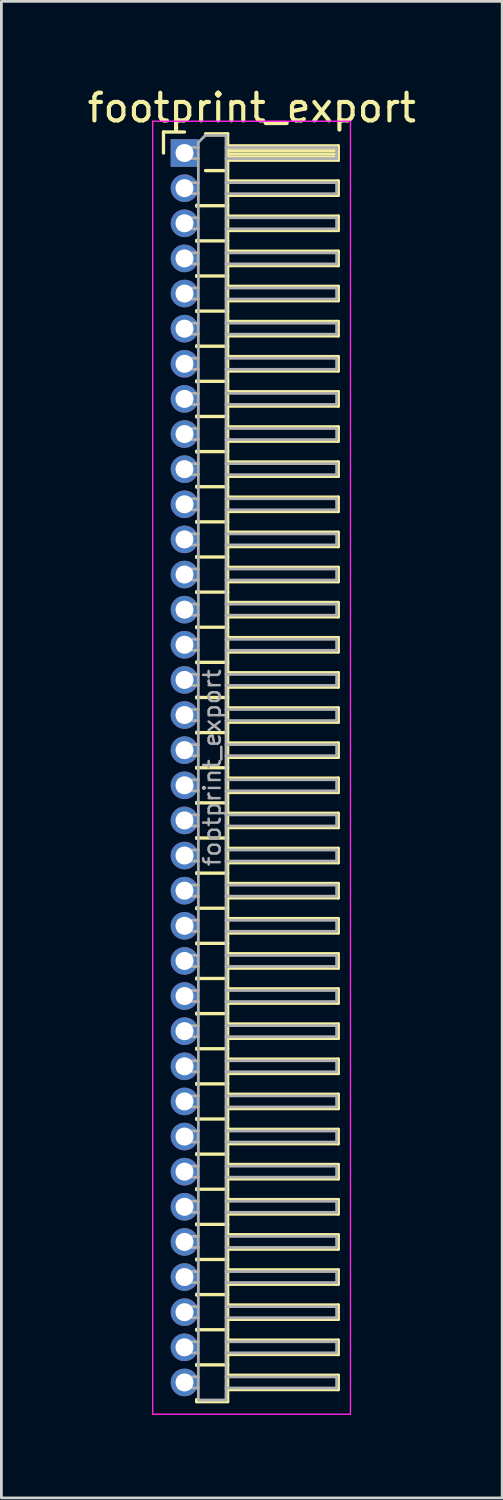
<source format=kicad_pcb>
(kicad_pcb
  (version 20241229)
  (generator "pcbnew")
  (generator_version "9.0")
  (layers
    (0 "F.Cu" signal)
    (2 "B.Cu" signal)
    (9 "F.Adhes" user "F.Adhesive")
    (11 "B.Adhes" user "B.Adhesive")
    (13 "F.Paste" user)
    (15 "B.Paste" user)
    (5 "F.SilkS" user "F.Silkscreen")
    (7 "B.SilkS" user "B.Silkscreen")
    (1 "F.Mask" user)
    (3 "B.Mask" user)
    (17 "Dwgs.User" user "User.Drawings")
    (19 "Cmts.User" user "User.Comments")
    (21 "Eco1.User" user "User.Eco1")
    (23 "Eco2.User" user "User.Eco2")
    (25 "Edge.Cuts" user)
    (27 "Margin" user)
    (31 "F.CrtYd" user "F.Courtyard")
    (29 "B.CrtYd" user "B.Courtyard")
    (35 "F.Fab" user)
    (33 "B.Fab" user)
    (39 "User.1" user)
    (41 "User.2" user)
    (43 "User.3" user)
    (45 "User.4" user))
  (footprint "footprint_export"
    (layer "F.Cu")
    (at 3.621 2.483)
    (property "Reference" "footprint_export" (at 2.433 -1.635 0) (layer "F.SilkS") (effects (font (size 1 1) (thickness 0.15))))
    (attr through_hole)
    (fp_line (start -0.76 -0.76) (end 0 -0.76) (stroke (width 0.12) (type solid)) (layer "F.SilkS"))
    (fp_line (start -0.76 0) (end -0.76 -0.76) (stroke (width 0.12) (type solid)) (layer "F.SilkS"))
    (fp_line (start 0.44 1.89) (end 0.44 1.92) (stroke (width 0.12) (type solid)) (layer "F.SilkS"))
    (fp_line (start 0.44 1.905) (end 1.56 1.905) (stroke (width 0.12) (type solid)) (layer "F.SilkS"))
    (fp_line (start 0.44 3.16) (end 0.44 3.19) (stroke (width 0.12) (type solid)) (layer "F.SilkS"))
    (fp_line (start 0.44 3.175) (end 1.56 3.175) (stroke (width 0.12) (type solid)) (layer "F.SilkS"))
    (fp_line (start 0.44 4.43) (end 0.44 4.46) (stroke (width 0.12) (type solid)) (layer "F.SilkS"))
    (fp_line (start 0.44 4.445) (end 1.56 4.445) (stroke (width 0.12) (type solid)) (layer "F.SilkS"))
    (fp_line (start 0.44 5.7) (end 0.44 5.73) (stroke (width 0.12) (type solid)) (layer "F.SilkS"))
    (fp_line (start 0.44 5.715) (end 1.56 5.715) (stroke (width 0.12) (type solid)) (layer "F.SilkS"))
    (fp_line (start 0.44 6.97) (end 0.44 7) (stroke (width 0.12) (type solid)) (layer "F.SilkS"))
    (fp_line (start 0.44 6.985) (end 1.56 6.985) (stroke (width 0.12) (type solid)) (layer "F.SilkS"))
    (fp_line (start 0.44 8.24) (end 0.44 8.27) (stroke (width 0.12) (type solid)) (layer "F.SilkS"))
    (fp_line (start 0.44 8.255) (end 1.56 8.255) (stroke (width 0.12) (type solid)) (layer "F.SilkS"))
    (fp_line (start 0.44 9.51) (end 0.44 9.54) (stroke (width 0.12) (type solid)) (layer "F.SilkS"))
    (fp_line (start 0.44 9.525) (end 1.56 9.525) (stroke (width 0.12) (type solid)) (layer "F.SilkS"))
    (fp_line (start 0.44 10.78) (end 0.44 10.81) (stroke (width 0.12) (type solid)) (layer "F.SilkS"))
    (fp_line (start 0.44 10.795) (end 1.56 10.795) (stroke (width 0.12) (type solid)) (layer "F.SilkS"))
    (fp_line (start 0.44 12.05) (end 0.44 12.08) (stroke (width 0.12) (type solid)) (layer "F.SilkS"))
    (fp_line (start 0.44 12.065) (end 1.56 12.065) (stroke (width 0.12) (type solid)) (layer "F.SilkS"))
    (fp_line (start 0.44 13.32) (end 0.44 13.35) (stroke (width 0.12) (type solid)) (layer "F.SilkS"))
    (fp_line (start 0.44 13.335) (end 1.56 13.335) (stroke (width 0.12) (type solid)) (layer "F.SilkS"))
    (fp_line (start 0.44 14.59) (end 0.44 14.62) (stroke (width 0.12) (type solid)) (layer "F.SilkS"))
    (fp_line (start 0.44 14.605) (end 1.56 14.605) (stroke (width 0.12) (type solid)) (layer "F.SilkS"))
    (fp_line (start 0.44 15.86) (end 0.44 15.89) (stroke (width 0.12) (type solid)) (layer "F.SilkS"))
    (fp_line (start 0.44 15.875) (end 1.56 15.875) (stroke (width 0.12) (type solid)) (layer "F.SilkS"))
    (fp_line (start 0.44 17.13) (end 0.44 17.16) (stroke (width 0.12) (type solid)) (layer "F.SilkS"))
    (fp_line (start 0.44 17.145) (end 1.56 17.145) (stroke (width 0.12) (type solid)) (layer "F.SilkS"))
    (fp_line (start 0.44 18.4) (end 0.44 18.43) (stroke (width 0.12) (type solid)) (layer "F.SilkS"))
    (fp_line (start 0.44 18.415) (end 1.56 18.415) (stroke (width 0.12) (type solid)) (layer "F.SilkS"))
    (fp_line (start 0.44 19.67) (end 0.44 19.7) (stroke (width 0.12) (type solid)) (layer "F.SilkS"))
    (fp_line (start 0.44 19.685) (end 1.56 19.685) (stroke (width 0.12) (type solid)) (layer "F.SilkS"))
    (fp_line (start 0.44 20.94) (end 0.44 20.97) (stroke (width 0.12) (type solid)) (layer "F.SilkS"))
    (fp_line (start 0.44 20.955) (end 1.56 20.955) (stroke (width 0.12) (type solid)) (layer "F.SilkS"))
    (fp_line (start 0.44 22.21) (end 0.44 22.24) (stroke (width 0.12) (type solid)) (layer "F.SilkS"))
    (fp_line (start 0.44 22.225) (end 1.56 22.225) (stroke (width 0.12) (type solid)) (layer "F.SilkS"))
    (fp_line (start 0.44 23.48) (end 0.44 23.51) (stroke (width 0.12) (type solid)) (layer "F.SilkS"))
    (fp_line (start 0.44 23.495) (end 1.56 23.495) (stroke (width 0.12) (type solid)) (layer "F.SilkS"))
    (fp_line (start 0.44 24.75) (end 0.44 24.78) (stroke (width 0.12) (type solid)) (layer "F.SilkS"))
    (fp_line (start 0.44 24.765) (end 1.56 24.765) (stroke (width 0.12) (type solid)) (layer "F.SilkS"))
    (fp_line (start 0.44 26.02) (end 0.44 26.05) (stroke (width 0.12) (type solid)) (layer "F.SilkS"))
    (fp_line (start 0.44 26.035) (end 1.56 26.035) (stroke (width 0.12) (type solid)) (layer "F.SilkS"))
    (fp_line (start 0.44 27.29) (end 0.44 27.32) (stroke (width 0.12) (type solid)) (layer "F.SilkS"))
    (fp_line (start 0.44 27.305) (end 1.56 27.305) (stroke (width 0.12) (type solid)) (layer "F.SilkS"))
    (fp_line (start 0.44 28.56) (end 0.44 28.59) (stroke (width 0.12) (type solid)) (layer "F.SilkS"))
    (fp_line (start 0.44 28.575) (end 1.56 28.575) (stroke (width 0.12) (type solid)) (layer "F.SilkS"))
    (fp_line (start 0.44 29.83) (end 0.44 29.86) (stroke (width 0.12) (type solid)) (layer "F.SilkS"))
    (fp_line (start 0.44 29.845) (end 1.56 29.845) (stroke (width 0.12) (type solid)) (layer "F.SilkS"))
    (fp_line (start 0.44 31.1) (end 0.44 31.13) (stroke (width 0.12) (type solid)) (layer "F.SilkS"))
    (fp_line (start 0.44 31.115) (end 1.56 31.115) (stroke (width 0.12) (type solid)) (layer "F.SilkS"))
    (fp_line (start 0.44 32.37) (end 0.44 32.4) (stroke (width 0.12) (type solid)) (layer "F.SilkS"))
    (fp_line (start 0.44 32.385) (end 1.56 32.385) (stroke (width 0.12) (type solid)) (layer "F.SilkS"))
    (fp_line (start 0.44 33.64) (end 0.44 33.67) (stroke (width 0.12) (type solid)) (layer "F.SilkS"))
    (fp_line (start 0.44 33.655) (end 1.56 33.655) (stroke (width 0.12) (type solid)) (layer "F.SilkS"))
    (fp_line (start 0.44 34.91) (end 0.44 34.94) (stroke (width 0.12) (type solid)) (layer "F.SilkS"))
    (fp_line (start 0.44 34.925) (end 1.56 34.925) (stroke (width 0.12) (type solid)) (layer "F.SilkS"))
    (fp_line (start 0.44 36.18) (end 0.44 36.21) (stroke (width 0.12) (type solid)) (layer "F.SilkS"))
    (fp_line (start 0.44 36.195) (end 1.56 36.195) (stroke (width 0.12) (type solid)) (layer "F.SilkS"))
    (fp_line (start 0.44 37.45) (end 0.44 37.48) (stroke (width 0.12) (type solid)) (layer "F.SilkS"))
    (fp_line (start 0.44 37.465) (end 1.56 37.465) (stroke (width 0.12) (type solid)) (layer "F.SilkS"))
    (fp_line (start 0.44 38.72) (end 0.44 38.75) (stroke (width 0.12) (type solid)) (layer "F.SilkS"))
    (fp_line (start 0.44 38.735) (end 1.56 38.735) (stroke (width 0.12) (type solid)) (layer "F.SilkS"))
    (fp_line (start 0.44 39.99) (end 0.44 40.02) (stroke (width 0.12) (type solid)) (layer "F.SilkS"))
    (fp_line (start 0.44 40.005) (end 1.56 40.005) (stroke (width 0.12) (type solid)) (layer "F.SilkS"))
    (fp_line (start 0.44 41.26) (end 0.44 41.29) (stroke (width 0.12) (type solid)) (layer "F.SilkS"))
    (fp_line (start 0.44 41.275) (end 1.56 41.275) (stroke (width 0.12) (type solid)) (layer "F.SilkS"))
    (fp_line (start 0.44 42.53) (end 0.44 42.56) (stroke (width 0.12) (type solid)) (layer "F.SilkS"))
    (fp_line (start 0.44 42.545) (end 1.56 42.545) (stroke (width 0.12) (type solid)) (layer "F.SilkS"))
    (fp_line (start 0.44 43.8) (end 0.44 43.83) (stroke (width 0.12) (type solid)) (layer "F.SilkS"))
    (fp_line (start 0.44 43.815) (end 1.56 43.815) (stroke (width 0.12) (type solid)) (layer "F.SilkS"))
    (fp_line (start 0.44 45.145) (end 0.44 45.07) (stroke (width 0.12) (type solid)) (layer "F.SilkS"))
    (fp_line (start 0.76 -0.695) (end 1.56 -0.695) (stroke (width 0.12) (type solid)) (layer "F.SilkS"))
    (fp_line (start 0.76 0.635) (end 1.56 0.635) (stroke (width 0.12) (type solid)) (layer "F.SilkS"))
    (fp_line (start 1.56 -0.695) (end 1.56 45.145) (stroke (width 0.12) (type solid)) (layer "F.SilkS"))
    (fp_line (start 1.56 -0.26) (end 5.56 -0.26) (stroke (width 0.12) (type solid)) (layer "F.SilkS"))
    (fp_line (start 1.56 -0.2) (end 5.56 -0.2) (stroke (width 0.12) (type solid)) (layer "F.SilkS"))
    (fp_line (start 1.56 -0.08) (end 5.56 -0.08) (stroke (width 0.12) (type solid)) (layer "F.SilkS"))
    (fp_line (start 1.56 0.04) (end 5.56 0.04) (stroke (width 0.12) (type solid)) (layer "F.SilkS"))
    (fp_line (start 1.56 0.16) (end 5.56 0.16) (stroke (width 0.12) (type solid)) (layer "F.SilkS"))
    (fp_line (start 1.56 1.01) (end 5.56 1.01) (stroke (width 0.12) (type solid)) (layer "F.SilkS"))
    (fp_line (start 1.56 2.28) (end 5.56 2.28) (stroke (width 0.12) (type solid)) (layer "F.SilkS"))
    (fp_line (start 1.56 3.55) (end 5.56 3.55) (stroke (width 0.12) (type solid)) (layer "F.SilkS"))
    (fp_line (start 1.56 4.82) (end 5.56 4.82) (stroke (width 0.12) (type solid)) (layer "F.SilkS"))
    (fp_line (start 1.56 6.09) (end 5.56 6.09) (stroke (width 0.12) (type solid)) (layer "F.SilkS"))
    (fp_line (start 1.56 7.36) (end 5.56 7.36) (stroke (width 0.12) (type solid)) (layer "F.SilkS"))
    (fp_line (start 1.56 8.63) (end 5.56 8.63) (stroke (width 0.12) (type solid)) (layer "F.SilkS"))
    (fp_line (start 1.56 9.9) (end 5.56 9.9) (stroke (width 0.12) (type solid)) (layer "F.SilkS"))
    (fp_line (start 1.56 11.17) (end 5.56 11.17) (stroke (width 0.12) (type solid)) (layer "F.SilkS"))
    (fp_line (start 1.56 12.44) (end 5.56 12.44) (stroke (width 0.12) (type solid)) (layer "F.SilkS"))
    (fp_line (start 1.56 13.71) (end 5.56 13.71) (stroke (width 0.12) (type solid)) (layer "F.SilkS"))
    (fp_line (start 1.56 14.98) (end 5.56 14.98) (stroke (width 0.12) (type solid)) (layer "F.SilkS"))
    (fp_line (start 1.56 16.25) (end 5.56 16.25) (stroke (width 0.12) (type solid)) (layer "F.SilkS"))
    (fp_line (start 1.56 17.52) (end 5.56 17.52) (stroke (width 0.12) (type solid)) (layer "F.SilkS"))
    (fp_line (start 1.56 18.79) (end 5.56 18.79) (stroke (width 0.12) (type solid)) (layer "F.SilkS"))
    (fp_line (start 1.56 20.06) (end 5.56 20.06) (stroke (width 0.12) (type solid)) (layer "F.SilkS"))
    (fp_line (start 1.56 21.33) (end 5.56 21.33) (stroke (width 0.12) (type solid)) (layer "F.SilkS"))
    (fp_line (start 1.56 22.6) (end 5.56 22.6) (stroke (width 0.12) (type solid)) (layer "F.SilkS"))
    (fp_line (start 1.56 23.87) (end 5.56 23.87) (stroke (width 0.12) (type solid)) (layer "F.SilkS"))
    (fp_line (start 1.56 25.14) (end 5.56 25.14) (stroke (width 0.12) (type solid)) (layer "F.SilkS"))
    (fp_line (start 1.56 26.41) (end 5.56 26.41) (stroke (width 0.12) (type solid)) (layer "F.SilkS"))
    (fp_line (start 1.56 27.68) (end 5.56 27.68) (stroke (width 0.12) (type solid)) (layer "F.SilkS"))
    (fp_line (start 1.56 28.95) (end 5.56 28.95) (stroke (width 0.12) (type solid)) (layer "F.SilkS"))
    (fp_line (start 1.56 30.22) (end 5.56 30.22) (stroke (width 0.12) (type solid)) (layer "F.SilkS"))
    (fp_line (start 1.56 31.49) (end 5.56 31.49) (stroke (width 0.12) (type solid)) (layer "F.SilkS"))
    (fp_line (start 1.56 32.76) (end 5.56 32.76) (stroke (width 0.12) (type solid)) (layer "F.SilkS"))
    (fp_line (start 1.56 34.03) (end 5.56 34.03) (stroke (width 0.12) (type solid)) (layer "F.SilkS"))
    (fp_line (start 1.56 35.3) (end 5.56 35.3) (stroke (width 0.12) (type solid)) (layer "F.SilkS"))
    (fp_line (start 1.56 36.57) (end 5.56 36.57) (stroke (width 0.12) (type solid)) (layer "F.SilkS"))
    (fp_line (start 1.56 37.84) (end 5.56 37.84) (stroke (width 0.12) (type solid)) (layer "F.SilkS"))
    (fp_line (start 1.56 39.11) (end 5.56 39.11) (stroke (width 0.12) (type solid)) (layer "F.SilkS"))
    (fp_line (start 1.56 40.38) (end 5.56 40.38) (stroke (width 0.12) (type solid)) (layer "F.SilkS"))
    (fp_line (start 1.56 41.65) (end 5.56 41.65) (stroke (width 0.12) (type solid)) (layer "F.SilkS"))
    (fp_line (start 1.56 42.92) (end 5.56 42.92) (stroke (width 0.12) (type solid)) (layer "F.SilkS"))
    (fp_line (start 1.56 44.19) (end 5.56 44.19) (stroke (width 0.12) (type solid)) (layer "F.SilkS"))
    (fp_line (start 1.56 45.145) (end 0.44 45.145) (stroke (width 0.12) (type solid)) (layer "F.SilkS"))
    (fp_line (start 5.56 -0.26) (end 5.56 0.26) (stroke (width 0.12) (type solid)) (layer "F.SilkS"))
    (fp_line (start 5.56 0.26) (end 1.56 0.26) (stroke (width 0.12) (type solid)) (layer "F.SilkS"))
    (fp_line (start 5.56 1.01) (end 5.56 1.53) (stroke (width 0.12) (type solid)) (layer "F.SilkS"))
    (fp_line (start 5.56 1.53) (end 1.56 1.53) (stroke (width 0.12) (type solid)) (layer "F.SilkS"))
    (fp_line (start 5.56 2.28) (end 5.56 2.8) (stroke (width 0.12) (type solid)) (layer "F.SilkS"))
    (fp_line (start 5.56 2.8) (end 1.56 2.8) (stroke (width 0.12) (type solid)) (layer "F.SilkS"))
    (fp_line (start 5.56 3.55) (end 5.56 4.07) (stroke (width 0.12) (type solid)) (layer "F.SilkS"))
    (fp_line (start 5.56 4.07) (end 1.56 4.07) (stroke (width 0.12) (type solid)) (layer "F.SilkS"))
    (fp_line (start 5.56 4.82) (end 5.56 5.34) (stroke (width 0.12) (type solid)) (layer "F.SilkS"))
    (fp_line (start 5.56 5.34) (end 1.56 5.34) (stroke (width 0.12) (type solid)) (layer "F.SilkS"))
    (fp_line (start 5.56 6.09) (end 5.56 6.61) (stroke (width 0.12) (type solid)) (layer "F.SilkS"))
    (fp_line (start 5.56 6.61) (end 1.56 6.61) (stroke (width 0.12) (type solid)) (layer "F.SilkS"))
    (fp_line (start 5.56 7.36) (end 5.56 7.88) (stroke (width 0.12) (type solid)) (layer "F.SilkS"))
    (fp_line (start 5.56 7.88) (end 1.56 7.88) (stroke (width 0.12) (type solid)) (layer "F.SilkS"))
    (fp_line (start 5.56 8.63) (end 5.56 9.15) (stroke (width 0.12) (type solid)) (layer "F.SilkS"))
    (fp_line (start 5.56 9.15) (end 1.56 9.15) (stroke (width 0.12) (type solid)) (layer "F.SilkS"))
    (fp_line (start 5.56 9.9) (end 5.56 10.42) (stroke (width 0.12) (type solid)) (layer "F.SilkS"))
    (fp_line (start 5.56 10.42) (end 1.56 10.42) (stroke (width 0.12) (type solid)) (layer "F.SilkS"))
    (fp_line (start 5.56 11.17) (end 5.56 11.69) (stroke (width 0.12) (type solid)) (layer "F.SilkS"))
    (fp_line (start 5.56 11.69) (end 1.56 11.69) (stroke (width 0.12) (type solid)) (layer "F.SilkS"))
    (fp_line (start 5.56 12.44) (end 5.56 12.96) (stroke (width 0.12) (type solid)) (layer "F.SilkS"))
    (fp_line (start 5.56 12.96) (end 1.56 12.96) (stroke (width 0.12) (type solid)) (layer "F.SilkS"))
    (fp_line (start 5.56 13.71) (end 5.56 14.23) (stroke (width 0.12) (type solid)) (layer "F.SilkS"))
    (fp_line (start 5.56 14.23) (end 1.56 14.23) (stroke (width 0.12) (type solid)) (layer "F.SilkS"))
    (fp_line (start 5.56 14.98) (end 5.56 15.5) (stroke (width 0.12) (type solid)) (layer "F.SilkS"))
    (fp_line (start 5.56 15.5) (end 1.56 15.5) (stroke (width 0.12) (type solid)) (layer "F.SilkS"))
    (fp_line (start 5.56 16.25) (end 5.56 16.77) (stroke (width 0.12) (type solid)) (layer "F.SilkS"))
    (fp_line (start 5.56 16.77) (end 1.56 16.77) (stroke (width 0.12) (type solid)) (layer "F.SilkS"))
    (fp_line (start 5.56 17.52) (end 5.56 18.04) (stroke (width 0.12) (type solid)) (layer "F.SilkS"))
    (fp_line (start 5.56 18.04) (end 1.56 18.04) (stroke (width 0.12) (type solid)) (layer "F.SilkS"))
    (fp_line (start 5.56 18.79) (end 5.56 19.31) (stroke (width 0.12) (type solid)) (layer "F.SilkS"))
    (fp_line (start 5.56 19.31) (end 1.56 19.31) (stroke (width 0.12) (type solid)) (layer "F.SilkS"))
    (fp_line (start 5.56 20.06) (end 5.56 20.58) (stroke (width 0.12) (type solid)) (layer "F.SilkS"))
    (fp_line (start 5.56 20.58) (end 1.56 20.58) (stroke (width 0.12) (type solid)) (layer "F.SilkS"))
    (fp_line (start 5.56 21.33) (end 5.56 21.85) (stroke (width 0.12) (type solid)) (layer "F.SilkS"))
    (fp_line (start 5.56 21.85) (end 1.56 21.85) (stroke (width 0.12) (type solid)) (layer "F.SilkS"))
    (fp_line (start 5.56 22.6) (end 5.56 23.12) (stroke (width 0.12) (type solid)) (layer "F.SilkS"))
    (fp_line (start 5.56 23.12) (end 1.56 23.12) (stroke (width 0.12) (type solid)) (layer "F.SilkS"))
    (fp_line (start 5.56 23.87) (end 5.56 24.39) (stroke (width 0.12) (type solid)) (layer "F.SilkS"))
    (fp_line (start 5.56 24.39) (end 1.56 24.39) (stroke (width 0.12) (type solid)) (layer "F.SilkS"))
    (fp_line (start 5.56 25.14) (end 5.56 25.66) (stroke (width 0.12) (type solid)) (layer "F.SilkS"))
    (fp_line (start 5.56 25.66) (end 1.56 25.66) (stroke (width 0.12) (type solid)) (layer "F.SilkS"))
    (fp_line (start 5.56 26.41) (end 5.56 26.93) (stroke (width 0.12) (type solid)) (layer "F.SilkS"))
    (fp_line (start 5.56 26.93) (end 1.56 26.93) (stroke (width 0.12) (type solid)) (layer "F.SilkS"))
    (fp_line (start 5.56 27.68) (end 5.56 28.2) (stroke (width 0.12) (type solid)) (layer "F.SilkS"))
    (fp_line (start 5.56 28.2) (end 1.56 28.2) (stroke (width 0.12) (type solid)) (layer "F.SilkS"))
    (fp_line (start 5.56 28.95) (end 5.56 29.47) (stroke (width 0.12) (type solid)) (layer "F.SilkS"))
    (fp_line (start 5.56 29.47) (end 1.56 29.47) (stroke (width 0.12) (type solid)) (layer "F.SilkS"))
    (fp_line (start 5.56 30.22) (end 5.56 30.74) (stroke (width 0.12) (type solid)) (layer "F.SilkS"))
    (fp_line (start 5.56 30.74) (end 1.56 30.74) (stroke (width 0.12) (type solid)) (layer "F.SilkS"))
    (fp_line (start 5.56 31.49) (end 5.56 32.01) (stroke (width 0.12) (type solid)) (layer "F.SilkS"))
    (fp_line (start 5.56 32.01) (end 1.56 32.01) (stroke (width 0.12) (type solid)) (layer "F.SilkS"))
    (fp_line (start 5.56 32.76) (end 5.56 33.28) (stroke (width 0.12) (type solid)) (layer "F.SilkS"))
    (fp_line (start 5.56 33.28) (end 1.56 33.28) (stroke (width 0.12) (type solid)) (layer "F.SilkS"))
    (fp_line (start 5.56 34.03) (end 5.56 34.55) (stroke (width 0.12) (type solid)) (layer "F.SilkS"))
    (fp_line (start 5.56 34.55) (end 1.56 34.55) (stroke (width 0.12) (type solid)) (layer "F.SilkS"))
    (fp_line (start 5.56 35.3) (end 5.56 35.82) (stroke (width 0.12) (type solid)) (layer "F.SilkS"))
    (fp_line (start 5.56 35.82) (end 1.56 35.82) (stroke (width 0.12) (type solid)) (layer "F.SilkS"))
    (fp_line (start 5.56 36.57) (end 5.56 37.09) (stroke (width 0.12) (type solid)) (layer "F.SilkS"))
    (fp_line (start 5.56 37.09) (end 1.56 37.09) (stroke (width 0.12) (type solid)) (layer "F.SilkS"))
    (fp_line (start 5.56 37.84) (end 5.56 38.36) (stroke (width 0.12) (type solid)) (layer "F.SilkS"))
    (fp_line (start 5.56 38.36) (end 1.56 38.36) (stroke (width 0.12) (type solid)) (layer "F.SilkS"))
    (fp_line (start 5.56 39.11) (end 5.56 39.63) (stroke (width 0.12) (type solid)) (layer "F.SilkS"))
    (fp_line (start 5.56 39.63) (end 1.56 39.63) (stroke (width 0.12) (type solid)) (layer "F.SilkS"))
    (fp_line (start 5.56 40.38) (end 5.56 40.9) (stroke (width 0.12) (type solid)) (layer "F.SilkS"))
    (fp_line (start 5.56 40.9) (end 1.56 40.9) (stroke (width 0.12) (type solid)) (layer "F.SilkS"))
    (fp_line (start 5.56 41.65) (end 5.56 42.17) (stroke (width 0.12) (type solid)) (layer "F.SilkS"))
    (fp_line (start 5.56 42.17) (end 1.56 42.17) (stroke (width 0.12) (type solid)) (layer "F.SilkS"))
    (fp_line (start 5.56 42.92) (end 5.56 43.44) (stroke (width 0.12) (type solid)) (layer "F.SilkS"))
    (fp_line (start 5.56 43.44) (end 1.56 43.44) (stroke (width 0.12) (type solid)) (layer "F.SilkS"))
    (fp_line (start 5.56 44.19) (end 5.56 44.71) (stroke (width 0.12) (type solid)) (layer "F.SilkS"))
    (fp_line (start 5.56 44.71) (end 1.56 44.71) (stroke (width 0.12) (type solid)) (layer "F.SilkS"))
    (fp_line (start -1.15 -1.15) (end -1.15 45.6) (stroke (width 0.05) (type solid)) (layer "F.CrtYd"))
    (fp_line (start -1.15 45.6) (end 6 45.6) (stroke (width 0.05) (type solid)) (layer "F.CrtYd"))
    (fp_line (start 6 -1.15) (end -1.15 -1.15) (stroke (width 0.05) (type solid)) (layer "F.CrtYd"))
    (fp_line (start 6 45.6) (end 6 -1.15) (stroke (width 0.05) (type solid)) (layer "F.CrtYd"))
    (fp_line (start -0.2 -0.2) (end -0.2 0.2) (stroke (width 0.1) (type solid)) (layer "F.Fab"))
    (fp_line (start -0.2 -0.2) (end 0.5 -0.2) (stroke (width 0.1) (type solid)) (layer "F.Fab"))
    (fp_line (start -0.2 0.2) (end 0.5 0.2) (stroke (width 0.1) (type solid)) (layer "F.Fab"))
    (fp_line (start -0.2 1.07) (end -0.2 1.47) (stroke (width 0.1) (type solid)) (layer "F.Fab"))
    (fp_line (start -0.2 1.07) (end 0.5 1.07) (stroke (width 0.1) (type solid)) (layer "F.Fab"))
    (fp_line (start -0.2 1.47) (end 0.5 1.47) (stroke (width 0.1) (type solid)) (layer "F.Fab"))
    (fp_line (start -0.2 2.34) (end -0.2 2.74) (stroke (width 0.1) (type solid)) (layer "F.Fab"))
    (fp_line (start -0.2 2.34) (end 0.5 2.34) (stroke (width 0.1) (type solid)) (layer "F.Fab"))
    (fp_line (start -0.2 2.74) (end 0.5 2.74) (stroke (width 0.1) (type solid)) (layer "F.Fab"))
    (fp_line (start -0.2 3.61) (end -0.2 4.01) (stroke (width 0.1) (type solid)) (layer "F.Fab"))
    (fp_line (start -0.2 3.61) (end 0.5 3.61) (stroke (width 0.1) (type solid)) (layer "F.Fab"))
    (fp_line (start -0.2 4.01) (end 0.5 4.01) (stroke (width 0.1) (type solid)) (layer "F.Fab"))
    (fp_line (start -0.2 4.88) (end -0.2 5.28) (stroke (width 0.1) (type solid)) (layer "F.Fab"))
    (fp_line (start -0.2 4.88) (end 0.5 4.88) (stroke (width 0.1) (type solid)) (layer "F.Fab"))
    (fp_line (start -0.2 5.28) (end 0.5 5.28) (stroke (width 0.1) (type solid)) (layer "F.Fab"))
    (fp_line (start -0.2 6.15) (end -0.2 6.55) (stroke (width 0.1) (type solid)) (layer "F.Fab"))
    (fp_line (start -0.2 6.15) (end 0.5 6.15) (stroke (width 0.1) (type solid)) (layer "F.Fab"))
    (fp_line (start -0.2 6.55) (end 0.5 6.55) (stroke (width 0.1) (type solid)) (layer "F.Fab"))
    (fp_line (start -0.2 7.42) (end -0.2 7.82) (stroke (width 0.1) (type solid)) (layer "F.Fab"))
    (fp_line (start -0.2 7.42) (end 0.5 7.42) (stroke (width 0.1) (type solid)) (layer "F.Fab"))
    (fp_line (start -0.2 7.82) (end 0.5 7.82) (stroke (width 0.1) (type solid)) (layer "F.Fab"))
    (fp_line (start -0.2 8.69) (end -0.2 9.09) (stroke (width 0.1) (type solid)) (layer "F.Fab"))
    (fp_line (start -0.2 8.69) (end 0.5 8.69) (stroke (width 0.1) (type solid)) (layer "F.Fab"))
    (fp_line (start -0.2 9.09) (end 0.5 9.09) (stroke (width 0.1) (type solid)) (layer "F.Fab"))
    (fp_line (start -0.2 9.96) (end -0.2 10.36) (stroke (width 0.1) (type solid)) (layer "F.Fab"))
    (fp_line (start -0.2 9.96) (end 0.5 9.96) (stroke (width 0.1) (type solid)) (layer "F.Fab"))
    (fp_line (start -0.2 10.36) (end 0.5 10.36) (stroke (width 0.1) (type solid)) (layer "F.Fab"))
    (fp_line (start -0.2 11.23) (end -0.2 11.63) (stroke (width 0.1) (type solid)) (layer "F.Fab"))
    (fp_line (start -0.2 11.23) (end 0.5 11.23) (stroke (width 0.1) (type solid)) (layer "F.Fab"))
    (fp_line (start -0.2 11.63) (end 0.5 11.63) (stroke (width 0.1) (type solid)) (layer "F.Fab"))
    (fp_line (start -0.2 12.5) (end -0.2 12.9) (stroke (width 0.1) (type solid)) (layer "F.Fab"))
    (fp_line (start -0.2 12.5) (end 0.5 12.5) (stroke (width 0.1) (type solid)) (layer "F.Fab"))
    (fp_line (start -0.2 12.9) (end 0.5 12.9) (stroke (width 0.1) (type solid)) (layer "F.Fab"))
    (fp_line (start -0.2 13.77) (end -0.2 14.17) (stroke (width 0.1) (type solid)) (layer "F.Fab"))
    (fp_line (start -0.2 13.77) (end 0.5 13.77) (stroke (width 0.1) (type solid)) (layer "F.Fab"))
    (fp_line (start -0.2 14.17) (end 0.5 14.17) (stroke (width 0.1) (type solid)) (layer "F.Fab"))
    (fp_line (start -0.2 15.04) (end -0.2 15.44) (stroke (width 0.1) (type solid)) (layer "F.Fab"))
    (fp_line (start -0.2 15.04) (end 0.5 15.04) (stroke (width 0.1) (type solid)) (layer "F.Fab"))
    (fp_line (start -0.2 15.44) (end 0.5 15.44) (stroke (width 0.1) (type solid)) (layer "F.Fab"))
    (fp_line (start -0.2 16.31) (end -0.2 16.71) (stroke (width 0.1) (type solid)) (layer "F.Fab"))
    (fp_line (start -0.2 16.31) (end 0.5 16.31) (stroke (width 0.1) (type solid)) (layer "F.Fab"))
    (fp_line (start -0.2 16.71) (end 0.5 16.71) (stroke (width 0.1) (type solid)) (layer "F.Fab"))
    (fp_line (start -0.2 17.58) (end -0.2 17.98) (stroke (width 0.1) (type solid)) (layer "F.Fab"))
    (fp_line (start -0.2 17.58) (end 0.5 17.58) (stroke (width 0.1) (type solid)) (layer "F.Fab"))
    (fp_line (start -0.2 17.98) (end 0.5 17.98) (stroke (width 0.1) (type solid)) (layer "F.Fab"))
    (fp_line (start -0.2 18.85) (end -0.2 19.25) (stroke (width 0.1) (type solid)) (layer "F.Fab"))
    (fp_line (start -0.2 18.85) (end 0.5 18.85) (stroke (width 0.1) (type solid)) (layer "F.Fab"))
    (fp_line (start -0.2 19.25) (end 0.5 19.25) (stroke (width 0.1) (type solid)) (layer "F.Fab"))
    (fp_line (start -0.2 20.12) (end -0.2 20.52) (stroke (width 0.1) (type solid)) (layer "F.Fab"))
    (fp_line (start -0.2 20.12) (end 0.5 20.12) (stroke (width 0.1) (type solid)) (layer "F.Fab"))
    (fp_line (start -0.2 20.52) (end 0.5 20.52) (stroke (width 0.1) (type solid)) (layer "F.Fab"))
    (fp_line (start -0.2 21.39) (end -0.2 21.79) (stroke (width 0.1) (type solid)) (layer "F.Fab"))
    (fp_line (start -0.2 21.39) (end 0.5 21.39) (stroke (width 0.1) (type solid)) (layer "F.Fab"))
    (fp_line (start -0.2 21.79) (end 0.5 21.79) (stroke (width 0.1) (type solid)) (layer "F.Fab"))
    (fp_line (start -0.2 22.66) (end -0.2 23.06) (stroke (width 0.1) (type solid)) (layer "F.Fab"))
    (fp_line (start -0.2 22.66) (end 0.5 22.66) (stroke (width 0.1) (type solid)) (layer "F.Fab"))
    (fp_line (start -0.2 23.06) (end 0.5 23.06) (stroke (width 0.1) (type solid)) (layer "F.Fab"))
    (fp_line (start -0.2 23.93) (end -0.2 24.33) (stroke (width 0.1) (type solid)) (layer "F.Fab"))
    (fp_line (start -0.2 23.93) (end 0.5 23.93) (stroke (width 0.1) (type solid)) (layer "F.Fab"))
    (fp_line (start -0.2 24.33) (end 0.5 24.33) (stroke (width 0.1) (type solid)) (layer "F.Fab"))
    (fp_line (start -0.2 25.2) (end -0.2 25.6) (stroke (width 0.1) (type solid)) (layer "F.Fab"))
    (fp_line (start -0.2 25.2) (end 0.5 25.2) (stroke (width 0.1) (type solid)) (layer "F.Fab"))
    (fp_line (start -0.2 25.6) (end 0.5 25.6) (stroke (width 0.1) (type solid)) (layer "F.Fab"))
    (fp_line (start -0.2 26.47) (end -0.2 26.87) (stroke (width 0.1) (type solid)) (layer "F.Fab"))
    (fp_line (start -0.2 26.47) (end 0.5 26.47) (stroke (width 0.1) (type solid)) (layer "F.Fab"))
    (fp_line (start -0.2 26.87) (end 0.5 26.87) (stroke (width 0.1) (type solid)) (layer "F.Fab"))
    (fp_line (start -0.2 27.74) (end -0.2 28.14) (stroke (width 0.1) (type solid)) (layer "F.Fab"))
    (fp_line (start -0.2 27.74) (end 0.5 27.74) (stroke (width 0.1) (type solid)) (layer "F.Fab"))
    (fp_line (start -0.2 28.14) (end 0.5 28.14) (stroke (width 0.1) (type solid)) (layer "F.Fab"))
    (fp_line (start -0.2 29.01) (end -0.2 29.41) (stroke (width 0.1) (type solid)) (layer "F.Fab"))
    (fp_line (start -0.2 29.01) (end 0.5 29.01) (stroke (width 0.1) (type solid)) (layer "F.Fab"))
    (fp_line (start -0.2 29.41) (end 0.5 29.41) (stroke (width 0.1) (type solid)) (layer "F.Fab"))
    (fp_line (start -0.2 30.28) (end -0.2 30.68) (stroke (width 0.1) (type solid)) (layer "F.Fab"))
    (fp_line (start -0.2 30.28) (end 0.5 30.28) (stroke (width 0.1) (type solid)) (layer "F.Fab"))
    (fp_line (start -0.2 30.68) (end 0.5 30.68) (stroke (width 0.1) (type solid)) (layer "F.Fab"))
    (fp_line (start -0.2 31.55) (end -0.2 31.95) (stroke (width 0.1) (type solid)) (layer "F.Fab"))
    (fp_line (start -0.2 31.55) (end 0.5 31.55) (stroke (width 0.1) (type solid)) (layer "F.Fab"))
    (fp_line (start -0.2 31.95) (end 0.5 31.95) (stroke (width 0.1) (type solid)) (layer "F.Fab"))
    (fp_line (start -0.2 32.82) (end -0.2 33.22) (stroke (width 0.1) (type solid)) (layer "F.Fab"))
    (fp_line (start -0.2 32.82) (end 0.5 32.82) (stroke (width 0.1) (type solid)) (layer "F.Fab"))
    (fp_line (start -0.2 33.22) (end 0.5 33.22) (stroke (width 0.1) (type solid)) (layer "F.Fab"))
    (fp_line (start -0.2 34.09) (end -0.2 34.49) (stroke (width 0.1) (type solid)) (layer "F.Fab"))
    (fp_line (start -0.2 34.09) (end 0.5 34.09) (stroke (width 0.1) (type solid)) (layer "F.Fab"))
    (fp_line (start -0.2 34.49) (end 0.5 34.49) (stroke (width 0.1) (type solid)) (layer "F.Fab"))
    (fp_line (start -0.2 35.36) (end -0.2 35.76) (stroke (width 0.1) (type solid)) (layer "F.Fab"))
    (fp_line (start -0.2 35.36) (end 0.5 35.36) (stroke (width 0.1) (type solid)) (layer "F.Fab"))
    (fp_line (start -0.2 35.76) (end 0.5 35.76) (stroke (width 0.1) (type solid)) (layer "F.Fab"))
    (fp_line (start -0.2 36.63) (end -0.2 37.03) (stroke (width 0.1) (type solid)) (layer "F.Fab"))
    (fp_line (start -0.2 36.63) (end 0.5 36.63) (stroke (width 0.1) (type solid)) (layer "F.Fab"))
    (fp_line (start -0.2 37.03) (end 0.5 37.03) (stroke (width 0.1) (type solid)) (layer "F.Fab"))
    (fp_line (start -0.2 37.9) (end -0.2 38.3) (stroke (width 0.1) (type solid)) (layer "F.Fab"))
    (fp_line (start -0.2 37.9) (end 0.5 37.9) (stroke (width 0.1) (type solid)) (layer "F.Fab"))
    (fp_line (start -0.2 38.3) (end 0.5 38.3) (stroke (width 0.1) (type solid)) (layer "F.Fab"))
    (fp_line (start -0.2 39.17) (end -0.2 39.57) (stroke (width 0.1) (type solid)) (layer "F.Fab"))
    (fp_line (start -0.2 39.17) (end 0.5 39.17) (stroke (width 0.1) (type solid)) (layer "F.Fab"))
    (fp_line (start -0.2 39.57) (end 0.5 39.57) (stroke (width 0.1) (type solid)) (layer "F.Fab"))
    (fp_line (start -0.2 40.44) (end -0.2 40.84) (stroke (width 0.1) (type solid)) (layer "F.Fab"))
    (fp_line (start -0.2 40.44) (end 0.5 40.44) (stroke (width 0.1) (type solid)) (layer "F.Fab"))
    (fp_line (start -0.2 40.84) (end 0.5 40.84) (stroke (width 0.1) (type solid)) (layer "F.Fab"))
    (fp_line (start -0.2 41.71) (end -0.2 42.11) (stroke (width 0.1) (type solid)) (layer "F.Fab"))
    (fp_line (start -0.2 41.71) (end 0.5 41.71) (stroke (width 0.1) (type solid)) (layer "F.Fab"))
    (fp_line (start -0.2 42.11) (end 0.5 42.11) (stroke (width 0.1) (type solid)) (layer "F.Fab"))
    (fp_line (start -0.2 42.98) (end -0.2 43.38) (stroke (width 0.1) (type solid)) (layer "F.Fab"))
    (fp_line (start -0.2 42.98) (end 0.5 42.98) (stroke (width 0.1) (type solid)) (layer "F.Fab"))
    (fp_line (start -0.2 43.38) (end 0.5 43.38) (stroke (width 0.1) (type solid)) (layer "F.Fab"))
    (fp_line (start -0.2 44.25) (end -0.2 44.65) (stroke (width 0.1) (type solid)) (layer "F.Fab"))
    (fp_line (start -0.2 44.25) (end 0.5 44.25) (stroke (width 0.1) (type solid)) (layer "F.Fab"))
    (fp_line (start -0.2 44.65) (end 0.5 44.65) (stroke (width 0.1) (type solid)) (layer "F.Fab"))
    (fp_line (start 0.5 -0.385) (end 0.75 -0.635) (stroke (width 0.1) (type solid)) (layer "F.Fab"))
    (fp_line (start 0.5 45.085) (end 0.5 -0.385) (stroke (width 0.1) (type solid)) (layer "F.Fab"))
    (fp_line (start 0.75 -0.635) (end 1.5 -0.635) (stroke (width 0.1) (type solid)) (layer "F.Fab"))
    (fp_line (start 1.5 -0.635) (end 1.5 45.085) (stroke (width 0.1) (type solid)) (layer "F.Fab"))
    (fp_line (start 1.5 -0.2) (end 5.5 -0.2) (stroke (width 0.1) (type solid)) (layer "F.Fab"))
    (fp_line (start 1.5 0.2) (end 5.5 0.2) (stroke (width 0.1) (type solid)) (layer "F.Fab"))
    (fp_line (start 1.5 1.07) (end 5.5 1.07) (stroke (width 0.1) (type solid)) (layer "F.Fab"))
    (fp_line (start 1.5 1.47) (end 5.5 1.47) (stroke (width 0.1) (type solid)) (layer "F.Fab"))
    (fp_line (start 1.5 2.34) (end 5.5 2.34) (stroke (width 0.1) (type solid)) (layer "F.Fab"))
    (fp_line (start 1.5 2.74) (end 5.5 2.74) (stroke (width 0.1) (type solid)) (layer "F.Fab"))
    (fp_line (start 1.5 3.61) (end 5.5 3.61) (stroke (width 0.1) (type solid)) (layer "F.Fab"))
    (fp_line (start 1.5 4.01) (end 5.5 4.01) (stroke (width 0.1) (type solid)) (layer "F.Fab"))
    (fp_line (start 1.5 4.88) (end 5.5 4.88) (stroke (width 0.1) (type solid)) (layer "F.Fab"))
    (fp_line (start 1.5 5.28) (end 5.5 5.28) (stroke (width 0.1) (type solid)) (layer "F.Fab"))
    (fp_line (start 1.5 6.15) (end 5.5 6.15) (stroke (width 0.1) (type solid)) (layer "F.Fab"))
    (fp_line (start 1.5 6.55) (end 5.5 6.55) (stroke (width 0.1) (type solid)) (layer "F.Fab"))
    (fp_line (start 1.5 7.42) (end 5.5 7.42) (stroke (width 0.1) (type solid)) (layer "F.Fab"))
    (fp_line (start 1.5 7.82) (end 5.5 7.82) (stroke (width 0.1) (type solid)) (layer "F.Fab"))
    (fp_line (start 1.5 8.69) (end 5.5 8.69) (stroke (width 0.1) (type solid)) (layer "F.Fab"))
    (fp_line (start 1.5 9.09) (end 5.5 9.09) (stroke (width 0.1) (type solid)) (layer "F.Fab"))
    (fp_line (start 1.5 9.96) (end 5.5 9.96) (stroke (width 0.1) (type solid)) (layer "F.Fab"))
    (fp_line (start 1.5 10.36) (end 5.5 10.36) (stroke (width 0.1) (type solid)) (layer "F.Fab"))
    (fp_line (start 1.5 11.23) (end 5.5 11.23) (stroke (width 0.1) (type solid)) (layer "F.Fab"))
    (fp_line (start 1.5 11.63) (end 5.5 11.63) (stroke (width 0.1) (type solid)) (layer "F.Fab"))
    (fp_line (start 1.5 12.5) (end 5.5 12.5) (stroke (width 0.1) (type solid)) (layer "F.Fab"))
    (fp_line (start 1.5 12.9) (end 5.5 12.9) (stroke (width 0.1) (type solid)) (layer "F.Fab"))
    (fp_line (start 1.5 13.77) (end 5.5 13.77) (stroke (width 0.1) (type solid)) (layer "F.Fab"))
    (fp_line (start 1.5 14.17) (end 5.5 14.17) (stroke (width 0.1) (type solid)) (layer "F.Fab"))
    (fp_line (start 1.5 15.04) (end 5.5 15.04) (stroke (width 0.1) (type solid)) (layer "F.Fab"))
    (fp_line (start 1.5 15.44) (end 5.5 15.44) (stroke (width 0.1) (type solid)) (layer "F.Fab"))
    (fp_line (start 1.5 16.31) (end 5.5 16.31) (stroke (width 0.1) (type solid)) (layer "F.Fab"))
    (fp_line (start 1.5 16.71) (end 5.5 16.71) (stroke (width 0.1) (type solid)) (layer "F.Fab"))
    (fp_line (start 1.5 17.58) (end 5.5 17.58) (stroke (width 0.1) (type solid)) (layer "F.Fab"))
    (fp_line (start 1.5 17.98) (end 5.5 17.98) (stroke (width 0.1) (type solid)) (layer "F.Fab"))
    (fp_line (start 1.5 18.85) (end 5.5 18.85) (stroke (width 0.1) (type solid)) (layer "F.Fab"))
    (fp_line (start 1.5 19.25) (end 5.5 19.25) (stroke (width 0.1) (type solid)) (layer "F.Fab"))
    (fp_line (start 1.5 20.12) (end 5.5 20.12) (stroke (width 0.1) (type solid)) (layer "F.Fab"))
    (fp_line (start 1.5 20.52) (end 5.5 20.52) (stroke (width 0.1) (type solid)) (layer "F.Fab"))
    (fp_line (start 1.5 21.39) (end 5.5 21.39) (stroke (width 0.1) (type solid)) (layer "F.Fab"))
    (fp_line (start 1.5 21.79) (end 5.5 21.79) (stroke (width 0.1) (type solid)) (layer "F.Fab"))
    (fp_line (start 1.5 22.66) (end 5.5 22.66) (stroke (width 0.1) (type solid)) (layer "F.Fab"))
    (fp_line (start 1.5 23.06) (end 5.5 23.06) (stroke (width 0.1) (type solid)) (layer "F.Fab"))
    (fp_line (start 1.5 23.93) (end 5.5 23.93) (stroke (width 0.1) (type solid)) (layer "F.Fab"))
    (fp_line (start 1.5 24.33) (end 5.5 24.33) (stroke (width 0.1) (type solid)) (layer "F.Fab"))
    (fp_line (start 1.5 25.2) (end 5.5 25.2) (stroke (width 0.1) (type solid)) (layer "F.Fab"))
    (fp_line (start 1.5 25.6) (end 5.5 25.6) (stroke (width 0.1) (type solid)) (layer "F.Fab"))
    (fp_line (start 1.5 26.47) (end 5.5 26.47) (stroke (width 0.1) (type solid)) (layer "F.Fab"))
    (fp_line (start 1.5 26.87) (end 5.5 26.87) (stroke (width 0.1) (type solid)) (layer "F.Fab"))
    (fp_line (start 1.5 27.74) (end 5.5 27.74) (stroke (width 0.1) (type solid)) (layer "F.Fab"))
    (fp_line (start 1.5 28.14) (end 5.5 28.14) (stroke (width 0.1) (type solid)) (layer "F.Fab"))
    (fp_line (start 1.5 29.01) (end 5.5 29.01) (stroke (width 0.1) (type solid)) (layer "F.Fab"))
    (fp_line (start 1.5 29.41) (end 5.5 29.41) (stroke (width 0.1) (type solid)) (layer "F.Fab"))
    (fp_line (start 1.5 30.28) (end 5.5 30.28) (stroke (width 0.1) (type solid)) (layer "F.Fab"))
    (fp_line (start 1.5 30.68) (end 5.5 30.68) (stroke (width 0.1) (type solid)) (layer "F.Fab"))
    (fp_line (start 1.5 31.55) (end 5.5 31.55) (stroke (width 0.1) (type solid)) (layer "F.Fab"))
    (fp_line (start 1.5 31.95) (end 5.5 31.95) (stroke (width 0.1) (type solid)) (layer "F.Fab"))
    (fp_line (start 1.5 32.82) (end 5.5 32.82) (stroke (width 0.1) (type solid)) (layer "F.Fab"))
    (fp_line (start 1.5 33.22) (end 5.5 33.22) (stroke (width 0.1) (type solid)) (layer "F.Fab"))
    (fp_line (start 1.5 34.09) (end 5.5 34.09) (stroke (width 0.1) (type solid)) (layer "F.Fab"))
    (fp_line (start 1.5 34.49) (end 5.5 34.49) (stroke (width 0.1) (type solid)) (layer "F.Fab"))
    (fp_line (start 1.5 35.36) (end 5.5 35.36) (stroke (width 0.1) (type solid)) (layer "F.Fab"))
    (fp_line (start 1.5 35.76) (end 5.5 35.76) (stroke (width 0.1) (type solid)) (layer "F.Fab"))
    (fp_line (start 1.5 36.63) (end 5.5 36.63) (stroke (width 0.1) (type solid)) (layer "F.Fab"))
    (fp_line (start 1.5 37.03) (end 5.5 37.03) (stroke (width 0.1) (type solid)) (layer "F.Fab"))
    (fp_line (start 1.5 37.9) (end 5.5 37.9) (stroke (width 0.1) (type solid)) (layer "F.Fab"))
    (fp_line (start 1.5 38.3) (end 5.5 38.3) (stroke (width 0.1) (type solid)) (layer "F.Fab"))
    (fp_line (start 1.5 39.17) (end 5.5 39.17) (stroke (width 0.1) (type solid)) (layer "F.Fab"))
    (fp_line (start 1.5 39.57) (end 5.5 39.57) (stroke (width 0.1) (type solid)) (layer "F.Fab"))
    (fp_line (start 1.5 40.44) (end 5.5 40.44) (stroke (width 0.1) (type solid)) (layer "F.Fab"))
    (fp_line (start 1.5 40.84) (end 5.5 40.84) (stroke (width 0.1) (type solid)) (layer "F.Fab"))
    (fp_line (start 1.5 41.71) (end 5.5 41.71) (stroke (width 0.1) (type solid)) (layer "F.Fab"))
    (fp_line (start 1.5 42.11) (end 5.5 42.11) (stroke (width 0.1) (type solid)) (layer "F.Fab"))
    (fp_line (start 1.5 42.98) (end 5.5 42.98) (stroke (width 0.1) (type solid)) (layer "F.Fab"))
    (fp_line (start 1.5 43.38) (end 5.5 43.38) (stroke (width 0.1) (type solid)) (layer "F.Fab"))
    (fp_line (start 1.5 44.25) (end 5.5 44.25) (stroke (width 0.1) (type solid)) (layer "F.Fab"))
    (fp_line (start 1.5 44.65) (end 5.5 44.65) (stroke (width 0.1) (type solid)) (layer "F.Fab"))
    (fp_line (start 1.5 45.085) (end 0.5 45.085) (stroke (width 0.1) (type solid)) (layer "F.Fab"))
    (fp_line (start 5.5 -0.2) (end 5.5 0.2) (stroke (width 0.1) (type solid)) (layer "F.Fab"))
    (fp_line (start 5.5 1.07) (end 5.5 1.47) (stroke (width 0.1) (type solid)) (layer "F.Fab"))
    (fp_line (start 5.5 2.34) (end 5.5 2.74) (stroke (width 0.1) (type solid)) (layer "F.Fab"))
    (fp_line (start 5.5 3.61) (end 5.5 4.01) (stroke (width 0.1) (type solid)) (layer "F.Fab"))
    (fp_line (start 5.5 4.88) (end 5.5 5.28) (stroke (width 0.1) (type solid)) (layer "F.Fab"))
    (fp_line (start 5.5 6.15) (end 5.5 6.55) (stroke (width 0.1) (type solid)) (layer "F.Fab"))
    (fp_line (start 5.5 7.42) (end 5.5 7.82) (stroke (width 0.1) (type solid)) (layer "F.Fab"))
    (fp_line (start 5.5 8.69) (end 5.5 9.09) (stroke (width 0.1) (type solid)) (layer "F.Fab"))
    (fp_line (start 5.5 9.96) (end 5.5 10.36) (stroke (width 0.1) (type solid)) (layer "F.Fab"))
    (fp_line (start 5.5 11.23) (end 5.5 11.63) (stroke (width 0.1) (type solid)) (layer "F.Fab"))
    (fp_line (start 5.5 12.5) (end 5.5 12.9) (stroke (width 0.1) (type solid)) (layer "F.Fab"))
    (fp_line (start 5.5 13.77) (end 5.5 14.17) (stroke (width 0.1) (type solid)) (layer "F.Fab"))
    (fp_line (start 5.5 15.04) (end 5.5 15.44) (stroke (width 0.1) (type solid)) (layer "F.Fab"))
    (fp_line (start 5.5 16.31) (end 5.5 16.71) (stroke (width 0.1) (type solid)) (layer "F.Fab"))
    (fp_line (start 5.5 17.58) (end 5.5 17.98) (stroke (width 0.1) (type solid)) (layer "F.Fab"))
    (fp_line (start 5.5 18.85) (end 5.5 19.25) (stroke (width 0.1) (type solid)) (layer "F.Fab"))
    (fp_line (start 5.5 20.12) (end 5.5 20.52) (stroke (width 0.1) (type solid)) (layer "F.Fab"))
    (fp_line (start 5.5 21.39) (end 5.5 21.79) (stroke (width 0.1) (type solid)) (layer "F.Fab"))
    (fp_line (start 5.5 22.66) (end 5.5 23.06) (stroke (width 0.1) (type solid)) (layer "F.Fab"))
    (fp_line (start 5.5 23.93) (end 5.5 24.33) (stroke (width 0.1) (type solid)) (layer "F.Fab"))
    (fp_line (start 5.5 25.2) (end 5.5 25.6) (stroke (width 0.1) (type solid)) (layer "F.Fab"))
    (fp_line (start 5.5 26.47) (end 5.5 26.87) (stroke (width 0.1) (type solid)) (layer "F.Fab"))
    (fp_line (start 5.5 27.74) (end 5.5 28.14) (stroke (width 0.1) (type solid)) (layer "F.Fab"))
    (fp_line (start 5.5 29.01) (end 5.5 29.41) (stroke (width 0.1) (type solid)) (layer "F.Fab"))
    (fp_line (start 5.5 30.28) (end 5.5 30.68) (stroke (width 0.1) (type solid)) (layer "F.Fab"))
    (fp_line (start 5.5 31.55) (end 5.5 31.95) (stroke (width 0.1) (type solid)) (layer "F.Fab"))
    (fp_line (start 5.5 32.82) (end 5.5 33.22) (stroke (width 0.1) (type solid)) (layer "F.Fab"))
    (fp_line (start 5.5 34.09) (end 5.5 34.49) (stroke (width 0.1) (type solid)) (layer "F.Fab"))
    (fp_line (start 5.5 35.36) (end 5.5 35.76) (stroke (width 0.1) (type solid)) (layer "F.Fab"))
    (fp_line (start 5.5 36.63) (end 5.5 37.03) (stroke (width 0.1) (type solid)) (layer "F.Fab"))
    (fp_line (start 5.5 37.9) (end 5.5 38.3) (stroke (width 0.1) (type solid)) (layer "F.Fab"))
    (fp_line (start 5.5 39.17) (end 5.5 39.57) (stroke (width 0.1) (type solid)) (layer "F.Fab"))
    (fp_line (start 5.5 40.44) (end 5.5 40.84) (stroke (width 0.1) (type solid)) (layer "F.Fab"))
    (fp_line (start 5.5 41.71) (end 5.5 42.11) (stroke (width 0.1) (type solid)) (layer "F.Fab"))
    (fp_line (start 5.5 42.98) (end 5.5 43.38) (stroke (width 0.1) (type solid)) (layer "F.Fab"))
    (fp_line (start 5.5 44.25) (end 5.5 44.65) (stroke (width 0.1) (type solid)) (layer "F.Fab"))
    (fp_text user "${REFERENCE}" (at 1 22.225 90) (layer "F.Fab") (effects (font (size 0.6 0.6) (thickness 0.09))))
    (pad "1" thru_hole rect (at 0 0) (size 1 1) (drill 0.65) (layers "*.Cu" "*.Mask"))
    (pad "2" thru_hole oval (at 0 1.27) (size 1 1) (drill 0.65) (layers "*.Cu" "*.Mask"))
    (pad "3" thru_hole oval (at 0 2.54) (size 1 1) (drill 0.65) (layers "*.Cu" "*.Mask"))
    (pad "4" thru_hole oval (at 0 3.81) (size 1 1) (drill 0.65) (layers "*.Cu" "*.Mask"))
    (pad "5" thru_hole oval (at 0 5.08) (size 1 1) (drill 0.65) (layers "*.Cu" "*.Mask"))
    (pad "6" thru_hole oval (at 0 6.35) (size 1 1) (drill 0.65) (layers "*.Cu" "*.Mask"))
    (pad "7" thru_hole oval (at 0 7.62) (size 1 1) (drill 0.65) (layers "*.Cu" "*.Mask"))
    (pad "8" thru_hole oval (at 0 8.89) (size 1 1) (drill 0.65) (layers "*.Cu" "*.Mask"))
    (pad "9" thru_hole oval (at 0 10.16) (size 1 1) (drill 0.65) (layers "*.Cu" "*.Mask"))
    (pad "10" thru_hole oval (at 0 11.43) (size 1 1) (drill 0.65) (layers "*.Cu" "*.Mask"))
    (pad "11" thru_hole oval (at 0 12.7) (size 1 1) (drill 0.65) (layers "*.Cu" "*.Mask"))
    (pad "12" thru_hole oval (at 0 13.97) (size 1 1) (drill 0.65) (layers "*.Cu" "*.Mask"))
    (pad "13" thru_hole oval (at 0 15.24) (size 1 1) (drill 0.65) (layers "*.Cu" "*.Mask"))
    (pad "14" thru_hole oval (at 0 16.51) (size 1 1) (drill 0.65) (layers "*.Cu" "*.Mask"))
    (pad "15" thru_hole oval (at 0 17.78) (size 1 1) (drill 0.65) (layers "*.Cu" "*.Mask"))
    (pad "16" thru_hole oval (at 0 19.05) (size 1 1) (drill 0.65) (layers "*.Cu" "*.Mask"))
    (pad "17" thru_hole oval (at 0 20.32) (size 1 1) (drill 0.65) (layers "*.Cu" "*.Mask"))
    (pad "18" thru_hole oval (at 0 21.59) (size 1 1) (drill 0.65) (layers "*.Cu" "*.Mask"))
    (pad "19" thru_hole oval (at 0 22.86) (size 1 1) (drill 0.65) (layers "*.Cu" "*.Mask"))
    (pad "20" thru_hole oval (at 0 24.13) (size 1 1) (drill 0.65) (layers "*.Cu" "*.Mask"))
    (pad "21" thru_hole oval (at 0 25.4) (size 1 1) (drill 0.65) (layers "*.Cu" "*.Mask"))
    (pad "22" thru_hole oval (at 0 26.67) (size 1 1) (drill 0.65) (layers "*.Cu" "*.Mask"))
    (pad "23" thru_hole oval (at 0 27.94) (size 1 1) (drill 0.65) (layers "*.Cu" "*.Mask"))
    (pad "24" thru_hole oval (at 0 29.21) (size 1 1) (drill 0.65) (layers "*.Cu" "*.Mask"))
    (pad "25" thru_hole oval (at 0 30.48) (size 1 1) (drill 0.65) (layers "*.Cu" "*.Mask"))
    (pad "26" thru_hole oval (at 0 31.75) (size 1 1) (drill 0.65) (layers "*.Cu" "*.Mask"))
    (pad "27" thru_hole oval (at 0 33.02) (size 1 1) (drill 0.65) (layers "*.Cu" "*.Mask"))
    (pad "28" thru_hole oval (at 0 34.29) (size 1 1) (drill 0.65) (layers "*.Cu" "*.Mask"))
    (pad "29" thru_hole oval (at 0 35.56) (size 1 1) (drill 0.65) (layers "*.Cu" "*.Mask"))
    (pad "30" thru_hole oval (at 0 36.83) (size 1 1) (drill 0.65) (layers "*.Cu" "*.Mask"))
    (pad "31" thru_hole oval (at 0 38.1) (size 1 1) (drill 0.65) (layers "*.Cu" "*.Mask"))
    (pad "32" thru_hole oval (at 0 39.37) (size 1 1) (drill 0.65) (layers "*.Cu" "*.Mask"))
    (pad "33" thru_hole oval (at 0 40.64) (size 1 1) (drill 0.65) (layers "*.Cu" "*.Mask"))
    (pad "34" thru_hole oval (at 0 41.91) (size 1 1) (drill 0.65) (layers "*.Cu" "*.Mask"))
    (pad "35" thru_hole oval (at 0 43.18) (size 1 1) (drill 0.65) (layers "*.Cu" "*.Mask"))
    (pad "36" thru_hole oval (at 0 44.45) (size 1 1) (drill 0.65) (layers "*.Cu" "*.Mask")))
  (gr_rect
    (start -3 -3)
    (end 15.107 51.108)
    (stroke (width 0.1) (type default))
    (fill no)
    (layer "Edge.Cuts")))
</source>
